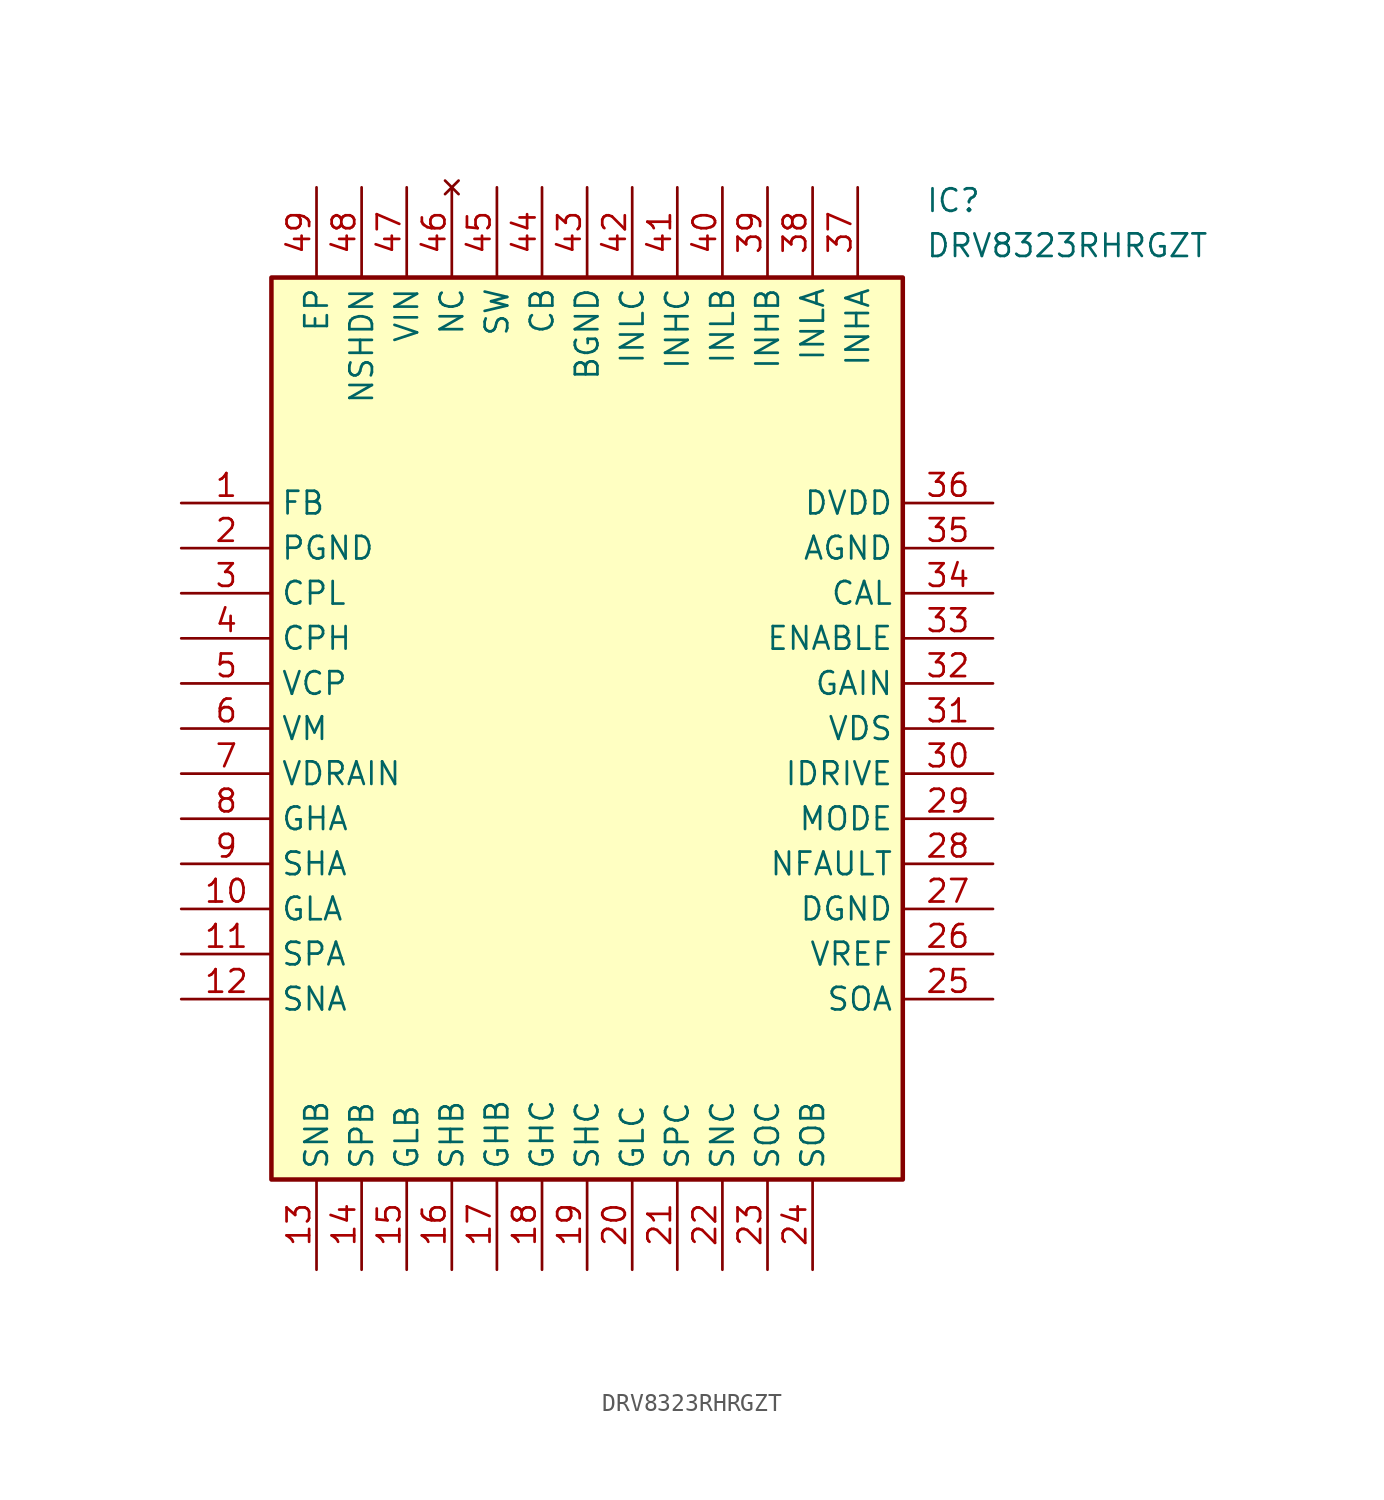
<source format=kicad_sym>
(kicad_symbol_lib
  (version 20211014)
  (generator SamacSys_ECAD_Model)
  (symbol "DRV8323RHRGZT"
    (property "Reference" "IC"
      (at 41.91 17.78 0)
      (effects (font (size 1.27 1.27)) (justify left top)))
    (property "Value" "DRV8323RHRGZT"
      (at 41.91 15.24 0)
      (effects (font (size 1.27 1.27)) (justify left top)))
    (rectangle
      (start 5.08 12.7)
      (end 40.64 -38.1)
      (stroke (width 0.254) (type default))
      (fill (type background)))
    (pin passive line
      (at 0 0 0)
      (length 5.08)
      (name "FB" (effects (font (size 1.27 1.27))))
      (number "1" (effects (font (size 1.27 1.27)))))
    (pin passive line
      (at 0 -2.54 0)
      (length 5.08)
      (name "PGND" (effects (font (size 1.27 1.27))))
      (number "2" (effects (font (size 1.27 1.27)))))
    (pin passive line
      (at 0 -5.08 0)
      (length 5.08)
      (name "CPL" (effects (font (size 1.27 1.27))))
      (number "3" (effects (font (size 1.27 1.27)))))
    (pin passive line
      (at 0 -7.62 0)
      (length 5.08)
      (name "CPH" (effects (font (size 1.27 1.27))))
      (number "4" (effects (font (size 1.27 1.27)))))
    (pin passive line
      (at 0 -10.16 0)
      (length 5.08)
      (name "VCP" (effects (font (size 1.27 1.27))))
      (number "5" (effects (font (size 1.27 1.27)))))
    (pin passive line
      (at 0 -12.7 0)
      (length 5.08)
      (name "VM" (effects (font (size 1.27 1.27))))
      (number "6" (effects (font (size 1.27 1.27)))))
    (pin passive line
      (at 0 -15.24 0)
      (length 5.08)
      (name "VDRAIN" (effects (font (size 1.27 1.27))))
      (number "7" (effects (font (size 1.27 1.27)))))
    (pin passive line
      (at 0 -17.78 0)
      (length 5.08)
      (name "GHA" (effects (font (size 1.27 1.27))))
      (number "8" (effects (font (size 1.27 1.27)))))
    (pin passive line
      (at 0 -20.32 0)
      (length 5.08)
      (name "SHA" (effects (font (size 1.27 1.27))))
      (number "9" (effects (font (size 1.27 1.27)))))
    (pin passive line
      (at 0 -22.86 0)
      (length 5.08)
      (name "GLA" (effects (font (size 1.27 1.27))))
      (number "10" (effects (font (size 1.27 1.27)))))
    (pin passive line
      (at 0 -25.4 0)
      (length 5.08)
      (name "SPA" (effects (font (size 1.27 1.27))))
      (number "11" (effects (font (size 1.27 1.27)))))
    (pin passive line
      (at 0 -27.94 0)
      (length 5.08)
      (name "SNA" (effects (font (size 1.27 1.27))))
      (number "12" (effects (font (size 1.27 1.27)))))
    (pin passive line
      (at 7.62 -43.18 90)
      (length 5.08)
      (name "SNB" (effects (font (size 1.27 1.27))))
      (number "13" (effects (font (size 1.27 1.27)))))
    (pin passive line
      (at 10.16 -43.18 90)
      (length 5.08)
      (name "SPB" (effects (font (size 1.27 1.27))))
      (number "14" (effects (font (size 1.27 1.27)))))
    (pin passive line
      (at 12.7 -43.18 90)
      (length 5.08)
      (name "GLB" (effects (font (size 1.27 1.27))))
      (number "15" (effects (font (size 1.27 1.27)))))
    (pin passive line
      (at 15.24 -43.18 90)
      (length 5.08)
      (name "SHB" (effects (font (size 1.27 1.27))))
      (number "16" (effects (font (size 1.27 1.27)))))
    (pin passive line
      (at 17.78 -43.18 90)
      (length 5.08)
      (name "GHB" (effects (font (size 1.27 1.27))))
      (number "17" (effects (font (size 1.27 1.27)))))
    (pin passive line
      (at 20.32 -43.18 90)
      (length 5.08)
      (name "GHC" (effects (font (size 1.27 1.27))))
      (number "18" (effects (font (size 1.27 1.27)))))
    (pin passive line
      (at 22.86 -43.18 90)
      (length 5.08)
      (name "SHC" (effects (font (size 1.27 1.27))))
      (number "19" (effects (font (size 1.27 1.27)))))
    (pin passive line
      (at 25.4 -43.18 90)
      (length 5.08)
      (name "GLC" (effects (font (size 1.27 1.27))))
      (number "20" (effects (font (size 1.27 1.27)))))
    (pin passive line
      (at 27.94 -43.18 90)
      (length 5.08)
      (name "SPC" (effects (font (size 1.27 1.27))))
      (number "21" (effects (font (size 1.27 1.27)))))
    (pin passive line
      (at 30.48 -43.18 90)
      (length 5.08)
      (name "SNC" (effects (font (size 1.27 1.27))))
      (number "22" (effects (font (size 1.27 1.27)))))
    (pin passive line
      (at 33.02 -43.18 90)
      (length 5.08)
      (name "SOC" (effects (font (size 1.27 1.27))))
      (number "23" (effects (font (size 1.27 1.27)))))
    (pin passive line
      (at 35.56 -43.18 90)
      (length 5.08)
      (name "SOB" (effects (font (size 1.27 1.27))))
      (number "24" (effects (font (size 1.27 1.27)))))
    (pin passive line
      (at 45.72 0 180)
      (length 5.08)
      (name "DVDD" (effects (font (size 1.27 1.27))))
      (number "36" (effects (font (size 1.27 1.27)))))
    (pin passive line
      (at 45.72 -2.54 180)
      (length 5.08)
      (name "AGND" (effects (font (size 1.27 1.27))))
      (number "35" (effects (font (size 1.27 1.27)))))
    (pin passive line
      (at 45.72 -5.08 180)
      (length 5.08)
      (name "CAL" (effects (font (size 1.27 1.27))))
      (number "34" (effects (font (size 1.27 1.27)))))
    (pin passive line
      (at 45.72 -7.62 180)
      (length 5.08)
      (name "ENABLE" (effects (font (size 1.27 1.27))))
      (number "33" (effects (font (size 1.27 1.27)))))
    (pin passive line
      (at 45.72 -10.16 180)
      (length 5.08)
      (name "GAIN" (effects (font (size 1.27 1.27))))
      (number "32" (effects (font (size 1.27 1.27)))))
    (pin passive line
      (at 45.72 -12.7 180)
      (length 5.08)
      (name "VDS" (effects (font (size 1.27 1.27))))
      (number "31" (effects (font (size 1.27 1.27)))))
    (pin passive line
      (at 45.72 -15.24 180)
      (length 5.08)
      (name "IDRIVE" (effects (font (size 1.27 1.27))))
      (number "30" (effects (font (size 1.27 1.27)))))
    (pin passive line
      (at 45.72 -17.78 180)
      (length 5.08)
      (name "MODE" (effects (font (size 1.27 1.27))))
      (number "29" (effects (font (size 1.27 1.27)))))
    (pin passive line
      (at 45.72 -20.32 180)
      (length 5.08)
      (name "NFAULT" (effects (font (size 1.27 1.27))))
      (number "28" (effects (font (size 1.27 1.27)))))
    (pin passive line
      (at 45.72 -22.86 180)
      (length 5.08)
      (name "DGND" (effects (font (size 1.27 1.27))))
      (number "27" (effects (font (size 1.27 1.27)))))
    (pin passive line
      (at 45.72 -25.4 180)
      (length 5.08)
      (name "VREF" (effects (font (size 1.27 1.27))))
      (number "26" (effects (font (size 1.27 1.27)))))
    (pin passive line
      (at 45.72 -27.94 180)
      (length 5.08)
      (name "SOA" (effects (font (size 1.27 1.27))))
      (number "25" (effects (font (size 1.27 1.27)))))
    (pin passive line
      (at 7.62 17.78 270)
      (length 5.08)
      (name "EP" (effects (font (size 1.27 1.27))))
      (number "49" (effects (font (size 1.27 1.27)))))
    (pin passive line
      (at 10.16 17.78 270)
      (length 5.08)
      (name "NSHDN" (effects (font (size 1.27 1.27))))
      (number "48" (effects (font (size 1.27 1.27)))))
    (pin passive line
      (at 12.7 17.78 270)
      (length 5.08)
      (name "VIN" (effects (font (size 1.27 1.27))))
      (number "47" (effects (font (size 1.27 1.27)))))
    (pin no_connect line
      (at 15.24 17.78 270)
      (length 5.08)
      (name "NC" (effects (font (size 1.27 1.27))))
      (number "46" (effects (font (size 1.27 1.27)))))
    (pin passive line
      (at 17.78 17.78 270)
      (length 5.08)
      (name "SW" (effects (font (size 1.27 1.27))))
      (number "45" (effects (font (size 1.27 1.27)))))
    (pin passive line
      (at 20.32 17.78 270)
      (length 5.08)
      (name "CB" (effects (font (size 1.27 1.27))))
      (number "44" (effects (font (size 1.27 1.27)))))
    (pin passive line
      (at 22.86 17.78 270)
      (length 5.08)
      (name "BGND" (effects (font (size 1.27 1.27))))
      (number "43" (effects (font (size 1.27 1.27)))))
    (pin passive line
      (at 25.4 17.78 270)
      (length 5.08)
      (name "INLC" (effects (font (size 1.27 1.27))))
      (number "42" (effects (font (size 1.27 1.27)))))
    (pin passive line
      (at 27.94 17.78 270)
      (length 5.08)
      (name "INHC" (effects (font (size 1.27 1.27))))
      (number "41" (effects (font (size 1.27 1.27)))))
    (pin passive line
      (at 30.48 17.78 270)
      (length 5.08)
      (name "INLB" (effects (font (size 1.27 1.27))))
      (number "40" (effects (font (size 1.27 1.27)))))
    (pin passive line
      (at 33.02 17.78 270)
      (length 5.08)
      (name "INHB" (effects (font (size 1.27 1.27))))
      (number "39" (effects (font (size 1.27 1.27)))))
    (pin passive line
      (at 35.56 17.78 270)
      (length 5.08)
      (name "INLA" (effects (font (size 1.27 1.27))))
      (number "38" (effects (font (size 1.27 1.27)))))
    (pin passive line
      (at 38.1 17.78 270)
      (length 5.08)
      (name "INHA" (effects (font (size 1.27 1.27))))
      (number "37" (effects (font (size 1.27 1.27)))))))
</source>
